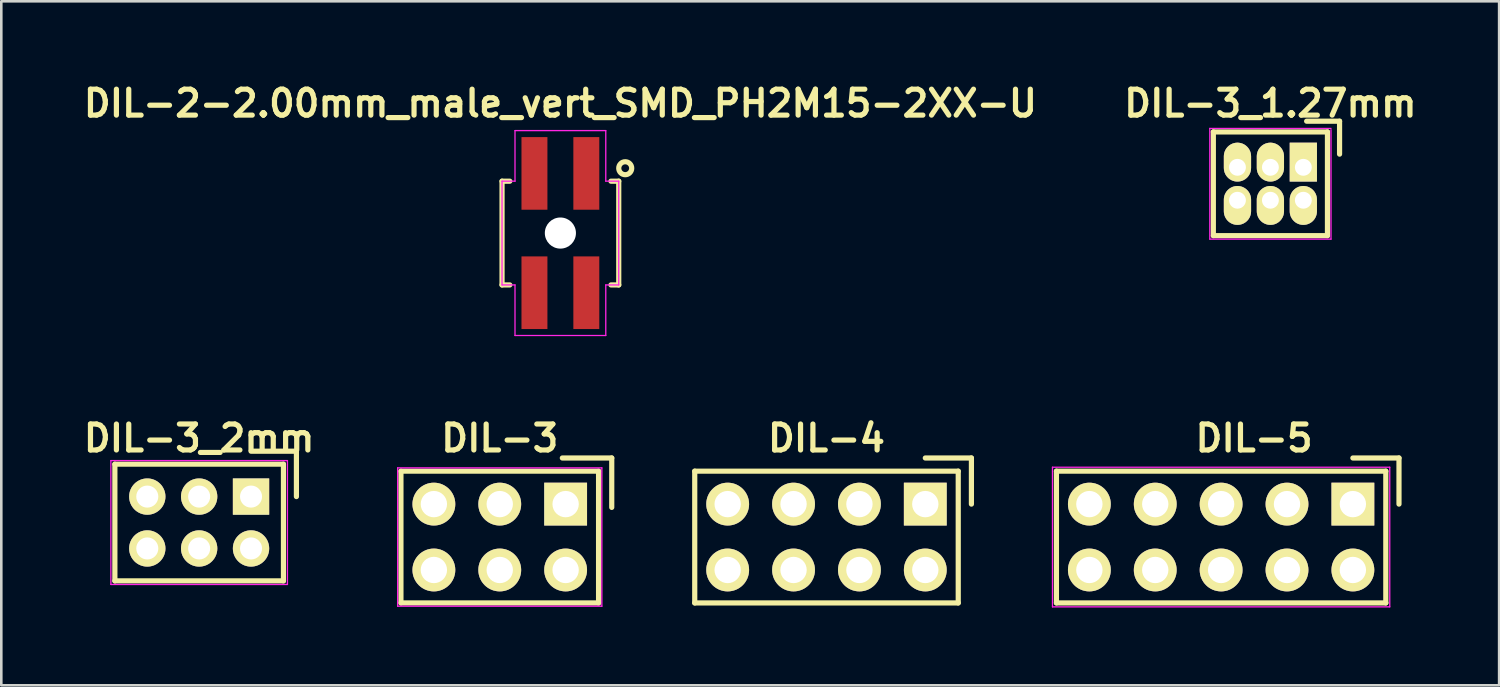
<source format=kicad_pcb>
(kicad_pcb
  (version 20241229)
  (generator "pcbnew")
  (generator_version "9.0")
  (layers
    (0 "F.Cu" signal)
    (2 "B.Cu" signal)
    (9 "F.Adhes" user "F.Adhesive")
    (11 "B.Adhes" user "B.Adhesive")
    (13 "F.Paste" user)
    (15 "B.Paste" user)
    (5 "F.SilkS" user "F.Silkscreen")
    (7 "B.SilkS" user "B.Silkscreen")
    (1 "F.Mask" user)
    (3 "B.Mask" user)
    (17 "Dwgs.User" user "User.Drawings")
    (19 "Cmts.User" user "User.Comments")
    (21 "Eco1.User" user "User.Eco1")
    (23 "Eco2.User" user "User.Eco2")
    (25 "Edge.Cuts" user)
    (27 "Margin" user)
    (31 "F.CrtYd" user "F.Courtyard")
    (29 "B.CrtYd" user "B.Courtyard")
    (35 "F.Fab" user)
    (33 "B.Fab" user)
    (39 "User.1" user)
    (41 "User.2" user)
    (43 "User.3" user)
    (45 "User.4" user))
  (footprint "DIL-3"
    (layer "F.Cu")
    (at 16.219 17.657)
    (property "Reference" "DIL-3" (at 0 -3.81 0) (layer "F.SilkS") (effects (font (size 1 1) (thickness 0.2))))
    (attr through_hole)
    (fp_line (start -3.81 -2.54) (end 3.81 -2.54) (stroke (width 0.2) (type solid)) (layer "F.SilkS"))
    (fp_line (start -3.81 2.54) (end -3.81 -2.54) (stroke (width 0.2) (type solid)) (layer "F.SilkS"))
    (fp_line (start 2.413 -3.048) (end 4.318 -3.048) (stroke (width 0.2) (type solid)) (layer "F.SilkS"))
    (fp_line (start 3.81 -2.54) (end 3.81 2.54) (stroke (width 0.2) (type solid)) (layer "F.SilkS"))
    (fp_line (start 3.81 2.54) (end -3.81 2.54) (stroke (width 0.2) (type solid)) (layer "F.SilkS"))
    (fp_line (start 4.318 -3.048) (end 4.318 -1.143) (stroke (width 0.2) (type solid)) (layer "F.SilkS"))
    (fp_line (start -3.937 -2.667) (end 3.937 -2.667) (stroke (width 0.05) (type solid)) (layer "F.CrtYd"))
    (fp_line (start -3.937 2.667) (end -3.937 -2.667) (stroke (width 0.05) (type solid)) (layer "F.CrtYd"))
    (fp_line (start 3.937 -2.667) (end 3.937 2.667) (stroke (width 0.05) (type solid)) (layer "F.CrtYd"))
    (fp_line (start 3.937 2.667) (end -3.937 2.667) (stroke (width 0.05) (type solid)) (layer "F.CrtYd"))
    (pad "1" thru_hole rect (at 2.54 -1.27) (size 1.651 1.651) (drill 1.016) (layers "*.Cu" "*.Mask" "F.SilkS"))
    (pad "2" thru_hole circle (at 2.54 1.27) (size 1.651 1.651) (drill 1.016) (layers "*.Cu" "*.Mask" "F.SilkS"))
    (pad "3" thru_hole circle (at 0 -1.27) (size 1.651 1.651) (drill 1.016) (layers "*.Cu" "*.Mask" "F.SilkS"))
    (pad "4" thru_hole circle (at 0 1.27) (size 1.651 1.651) (drill 1.016) (layers "*.Cu" "*.Mask" "F.SilkS"))
    (pad "5" thru_hole circle (at -2.54 -1.27) (size 1.651 1.651) (drill 1.016) (layers "*.Cu" "*.Mask" "F.SilkS"))
    (pad "6" thru_hole circle (at -2.54 1.27) (size 1.651 1.651) (drill 1.016) (layers "*.Cu" "*.Mask" "F.SilkS")))
  (footprint "DIL-4"
    (layer "F.Cu")
    (at 28.817 17.657)
    (property "Reference" "DIL-4" (at 0 -3.81 0) (layer "F.SilkS") (effects (font (size 1 1) (thickness 0.2))))
    (attr through_hole)
    (fp_line (start -5.08 -2.54) (end 5.08 -2.54) (stroke (width 0.2) (type solid)) (layer "F.SilkS"))
    (fp_line (start -5.08 2.54) (end -5.08 -2.54) (stroke (width 0.2) (type solid)) (layer "F.SilkS"))
    (fp_line (start 3.81 -3.048) (end 5.588 -3.048) (stroke (width 0.2) (type solid)) (layer "F.SilkS"))
    (fp_line (start 5.08 -2.54) (end 5.08 2.54) (stroke (width 0.2) (type solid)) (layer "F.SilkS"))
    (fp_line (start 5.08 2.54) (end -5.08 2.54) (stroke (width 0.2) (type solid)) (layer "F.SilkS"))
    (fp_line (start 5.588 -3.048) (end 5.588 -1.27) (stroke (width 0.2) (type solid)) (layer "F.SilkS"))
    (pad "1" thru_hole rect (at 3.81 -1.27) (size 1.651 1.651) (drill 1.016) (layers "*.Cu" "*.Mask" "F.SilkS"))
    (pad "2" thru_hole circle (at 3.81 1.27) (size 1.651 1.651) (drill 1.016) (layers "*.Cu" "*.Mask" "F.SilkS"))
    (pad "3" thru_hole circle (at 1.27 -1.27) (size 1.651 1.651) (drill 1.016) (layers "*.Cu" "*.Mask" "F.SilkS"))
    (pad "4" thru_hole circle (at 1.27 1.27) (size 1.651 1.651) (drill 1.016) (layers "*.Cu" "*.Mask" "F.SilkS"))
    (pad "5" thru_hole circle (at -1.27 -1.27) (size 1.651 1.651) (drill 1.016) (layers "*.Cu" "*.Mask" "F.SilkS"))
    (pad "6" thru_hole circle (at -1.27 1.27) (size 1.651 1.651) (drill 1.016) (layers "*.Cu" "*.Mask" "F.SilkS"))
    (pad "7" thru_hole circle (at -3.81 -1.27) (size 1.651 1.651) (drill 1.016) (layers "*.Cu" "*.Mask" "F.SilkS"))
    (pad "8" thru_hole circle (at -3.81 1.27) (size 1.651 1.651) (drill 1.016) (layers "*.Cu" "*.Mask" "F.SilkS")))
  (footprint "DIL-3_1.27mm"
    (layer "F.Cu")
    (at 45.933 4.036)
    (property "Reference" "DIL-3_1.27mm" (at 0 -3.1 0) (layer "F.SilkS") (effects (font (size 1 1) (thickness 0.2))))
    (attr through_hole)
    (fp_line (start -2.2 -2) (end -2.2 2) (stroke (width 0.2) (type solid)) (layer "F.SilkS"))
    (fp_line (start 1.397 -2.413) (end 2.667 -2.413) (stroke (width 0.2) (type solid)) (layer "F.SilkS"))
    (fp_line (start 2.2 -2) (end -2.2 -2) (stroke (width 0.2) (type solid)) (layer "F.SilkS"))
    (fp_line (start 2.2 -2) (end 2.2 2) (stroke (width 0.2) (type solid)) (layer "F.SilkS"))
    (fp_line (start 2.2 2) (end -2.2 2) (stroke (width 0.2) (type solid)) (layer "F.SilkS"))
    (fp_line (start 2.667 -2.413) (end 2.667 -1.143) (stroke (width 0.2) (type solid)) (layer "F.SilkS"))
    (fp_line (start -2.337 -2.134) (end 2.337 -2.134) (stroke (width 0.05) (type solid)) (layer "F.CrtYd"))
    (fp_line (start -2.337 2.134) (end -2.337 -2.134) (stroke (width 0.05) (type solid)) (layer "F.CrtYd"))
    (fp_line (start 2.337 -2.083) (end 2.337 2.134) (stroke (width 0.05) (type solid)) (layer "F.CrtYd"))
    (fp_line (start 2.337 2.134) (end -2.337 2.134) (stroke (width 0.05) (type solid)) (layer "F.CrtYd"))
    (pad "1" thru_hole rect (at 1.27 -0.635) (size 1.05 1.5) (drill 0.65 (offset 0 -0.2)) (layers "*.Cu" "*.Mask" "F.SilkS"))
    (pad "2" thru_hole oval (at 1.27 0.635) (size 1.05 1.5) (drill 0.65 (offset 0 0.2)) (layers "*.Cu" "*.Mask" "F.SilkS"))
    (pad "3" thru_hole oval (at 0 -0.635) (size 1.05 1.5) (drill 0.65 (offset 0 -0.2)) (layers "*.Cu" "*.Mask" "F.SilkS"))
    (pad "4" thru_hole oval (at 0 0.635) (size 1.05 1.5) (drill 0.65 (offset 0 0.2)) (layers "*.Cu" "*.Mask" "F.SilkS"))
    (pad "5" thru_hole oval (at -1.27 -0.635) (size 1.05 1.5) (drill 0.65 (offset 0 -0.2)) (layers "*.Cu" "*.Mask" "F.SilkS"))
    (pad "6" thru_hole oval (at -1.27 0.635) (size 1.05 1.5) (drill 0.65 (offset 0 0.2)) (layers "*.Cu" "*.Mask" "F.SilkS")))
  (footprint "DIL-5"
    (layer "F.Cu")
    (at 44.033 17.657)
    (property "Reference" "DIL-5" (at 1.27 -3.81 0) (layer "F.SilkS") (effects (font (size 1 1) (thickness 0.2))))
    (attr through_hole)
    (fp_line (start -6.35 -2.54) (end 6.35 -2.54) (stroke (width 0.2) (type solid)) (layer "F.SilkS"))
    (fp_line (start -6.35 2.54) (end -6.35 -2.54) (stroke (width 0.2) (type solid)) (layer "F.SilkS"))
    (fp_line (start 5.08 -3.048) (end 6.858 -3.048) (stroke (width 0.2) (type solid)) (layer "F.SilkS"))
    (fp_line (start 6.35 -2.54) (end 6.35 2.54) (stroke (width 0.2) (type solid)) (layer "F.SilkS"))
    (fp_line (start 6.35 2.54) (end -6.35 2.54) (stroke (width 0.2) (type solid)) (layer "F.SilkS"))
    (fp_line (start 6.858 -3.048) (end 6.858 -1.27) (stroke (width 0.2) (type solid)) (layer "F.SilkS"))
    (fp_line (start -6.502 -2.692) (end -6.502 2.692) (stroke (width 0.05) (type solid)) (layer "F.CrtYd"))
    (fp_line (start -6.502 2.692) (end 6.502 2.692) (stroke (width 0.05) (type solid)) (layer "F.CrtYd"))
    (fp_line (start 6.502 -2.692) (end -6.502 -2.692) (stroke (width 0.05) (type solid)) (layer "F.CrtYd"))
    (fp_line (start 6.502 2.692) (end 6.502 -2.692) (stroke (width 0.05) (type solid)) (layer "F.CrtYd"))
    (pad "1" thru_hole rect (at 5.08 -1.27) (size 1.651 1.651) (drill 1.016) (layers "*.Cu" "*.Mask" "F.SilkS"))
    (pad "2" thru_hole circle (at 5.08 1.27) (size 1.651 1.651) (drill 1.016) (layers "*.Cu" "*.Mask" "F.SilkS"))
    (pad "3" thru_hole circle (at 2.54 -1.27) (size 1.651 1.651) (drill 1.016) (layers "*.Cu" "*.Mask" "F.SilkS"))
    (pad "4" thru_hole circle (at 2.54 1.27) (size 1.651 1.651) (drill 1.016) (layers "*.Cu" "*.Mask" "F.SilkS"))
    (pad "5" thru_hole circle (at 0 -1.27) (size 1.651 1.651) (drill 1.016) (layers "*.Cu" "*.Mask" "F.SilkS"))
    (pad "6" thru_hole circle (at 0 1.27) (size 1.651 1.651) (drill 1.016) (layers "*.Cu" "*.Mask" "F.SilkS"))
    (pad "7" thru_hole circle (at -2.54 -1.27) (size 1.651 1.651) (drill 1.016) (layers "*.Cu" "*.Mask" "F.SilkS"))
    (pad "8" thru_hole circle (at -2.54 1.27) (size 1.651 1.651) (drill 1.016) (layers "*.Cu" "*.Mask" "F.SilkS"))
    (pad "9" thru_hole circle (at -5.08 -1.27) (size 1.651 1.651) (drill 1.016) (layers "*.Cu" "*.Mask" "F.SilkS"))
    (pad "10" thru_hole circle (at -5.08 1.27) (size 1.651 1.651) (drill 1.016) (layers "*.Cu" "*.Mask" "F.SilkS")))
  (footprint "DIL-2-2.00mm_male_vert_SMD_PH2M15-2XX-U"
    (layer "F.Cu")
    (at 18.557 5.936)
    (property "Reference" "DIL-2-2.00mm_male_vert_SMD_PH2M15-2XX-U" (at 0 -5 0) (layer "F.SilkS") (effects (font (size 1 1) (thickness 0.2))))
    (attr through_hole)
    (fp_line (start -2.25 -2) (end -2.25 2) (stroke (width 0.2) (type solid)) (layer "F.SilkS"))
    (fp_line (start -2.25 2) (end -1.95 2) (stroke (width 0.2) (type solid)) (layer "F.SilkS"))
    (fp_line (start -1.95 -2) (end -2.25 -2) (stroke (width 0.2) (type solid)) (layer "F.SilkS"))
    (fp_line (start 2.25 -2) (end 1.95 -2) (stroke (width 0.2) (type solid)) (layer "F.SilkS"))
    (fp_line (start 2.25 2) (end 1.95 2) (stroke (width 0.2) (type solid)) (layer "F.SilkS"))
    (fp_line (start 2.25 2) (end 2.25 -2) (stroke (width 0.2) (type solid)) (layer "F.SilkS"))
    (fp_circle (center 2.5 -2.5) (end 2.75 -2.5) (stroke (width 0.2) (type solid)) (fill no) (layer "F.SilkS"))
    (fp_line (start -2.25 -2) (end -1.75 -2) (stroke (width 0.05) (type solid)) (layer "F.CrtYd"))
    (fp_line (start -2.25 2) (end -2.25 -2) (stroke (width 0.05) (type solid)) (layer "F.CrtYd"))
    (fp_line (start -1.75 -3.95) (end 1.75 -3.95) (stroke (width 0.05) (type solid)) (layer "F.CrtYd"))
    (fp_line (start -1.75 -2) (end -1.75 -3.95) (stroke (width 0.05) (type solid)) (layer "F.CrtYd"))
    (fp_line (start -1.75 2) (end -2.25 2) (stroke (width 0.05) (type solid)) (layer "F.CrtYd"))
    (fp_line (start -1.75 3.95) (end -1.75 2) (stroke (width 0.05) (type solid)) (layer "F.CrtYd"))
    (fp_line (start 1.75 -2) (end 1.75 -3.95) (stroke (width 0.05) (type solid)) (layer "F.CrtYd"))
    (fp_line (start 1.75 2) (end 1.75 3.95) (stroke (width 0.05) (type solid)) (layer "F.CrtYd"))
    (fp_line (start 1.75 3.95) (end -1.75 3.95) (stroke (width 0.05) (type solid)) (layer "F.CrtYd"))
    (fp_line (start 2.25 -2) (end 1.75 -2) (stroke (width 0.05) (type solid)) (layer "F.CrtYd"))
    (fp_line (start 2.25 -2) (end 2.25 2) (stroke (width 0.05) (type solid)) (layer "F.CrtYd"))
    (fp_line (start 2.25 2) (end 1.75 2) (stroke (width 0.05) (type solid)) (layer "F.CrtYd"))
    (pad "" np_thru_hole circle (at 0 0) (size 1.2 1.2) (drill 1.2) (layers "*.Cu"))
    (pad "1" smd rect (at 1 -2.3) (size 1 2.8) (layers "F.Cu" "F.Mask" "F.Paste"))
    (pad "2" smd rect (at 1 2.3) (size 1 2.8) (layers "F.Cu" "F.Mask" "F.Paste"))
    (pad "3" smd rect (at -1 -2.3) (size 1 2.8) (layers "F.Cu" "F.Mask" "F.Paste"))
    (pad "4" smd rect (at -1 2.3) (size 1 2.8) (layers "F.Cu" "F.Mask" "F.Paste")))
  (footprint "DIL-3_2mm"
    (layer "F.Cu")
    (at 4.629 17.097)
    (property "Reference" "DIL-3_2mm" (at 0 -3.25 0) (layer "F.SilkS") (effects (font (size 1 1) (thickness 0.2))))
    (attr through_hole)
    (fp_line (start -3.25 -2.25) (end 3.25 -2.25) (stroke (width 0.2) (type solid)) (layer "F.SilkS"))
    (fp_line (start -3.25 2.25) (end -3.25 -2.25) (stroke (width 0.2) (type solid)) (layer "F.SilkS"))
    (fp_line (start 2 -2.75) (end 3.75 -2.75) (stroke (width 0.2) (type solid)) (layer "F.SilkS"))
    (fp_line (start 3.25 -2.25) (end 3.25 2.25) (stroke (width 0.2) (type solid)) (layer "F.SilkS"))
    (fp_line (start 3.25 2.25) (end -3.25 2.25) (stroke (width 0.2) (type solid)) (layer "F.SilkS"))
    (fp_line (start 3.75 -2.75) (end 3.75 -1) (stroke (width 0.2) (type solid)) (layer "F.SilkS"))
    (fp_line (start -3.404 -2.388) (end 3.404 -2.388) (stroke (width 0.05) (type solid)) (layer "F.CrtYd"))
    (fp_line (start -3.404 2.388) (end -3.404 -2.388) (stroke (width 0.05) (type solid)) (layer "F.CrtYd"))
    (fp_line (start 3.404 -2.388) (end 3.404 2.388) (stroke (width 0.05) (type solid)) (layer "F.CrtYd"))
    (fp_line (start 3.404 2.388) (end -3.404 2.388) (stroke (width 0.05) (type solid)) (layer "F.CrtYd"))
    (pad "1" thru_hole rect (at 2 -1) (size 1.4 1.4) (drill 0.85) (layers "*.Cu" "*.Mask" "F.SilkS"))
    (pad "2" thru_hole circle (at 2 1) (size 1.4 1.4) (drill 0.85) (layers "*.Cu" "*.Mask" "F.SilkS"))
    (pad "3" thru_hole circle (at 0 -1) (size 1.4 1.4) (drill 0.85) (layers "*.Cu" "*.Mask" "F.SilkS"))
    (pad "4" thru_hole circle (at 0 1) (size 1.4 1.4) (drill 0.85) (layers "*.Cu" "*.Mask" "F.SilkS"))
    (pad "5" thru_hole circle (at -2 -1) (size 1.4 1.4) (drill 0.85) (layers "*.Cu" "*.Mask" "F.SilkS"))
    (pad "6" thru_hole circle (at -2 1) (size 1.4 1.4) (drill 0.85) (layers "*.Cu" "*.Mask" "F.SilkS")))
  (gr_rect
    (start -3 -3)
    (end 54.752 23.374)
    (stroke (width 0.1) (type default))
    (fill no)
    (layer "Edge.Cuts")))
</source>
